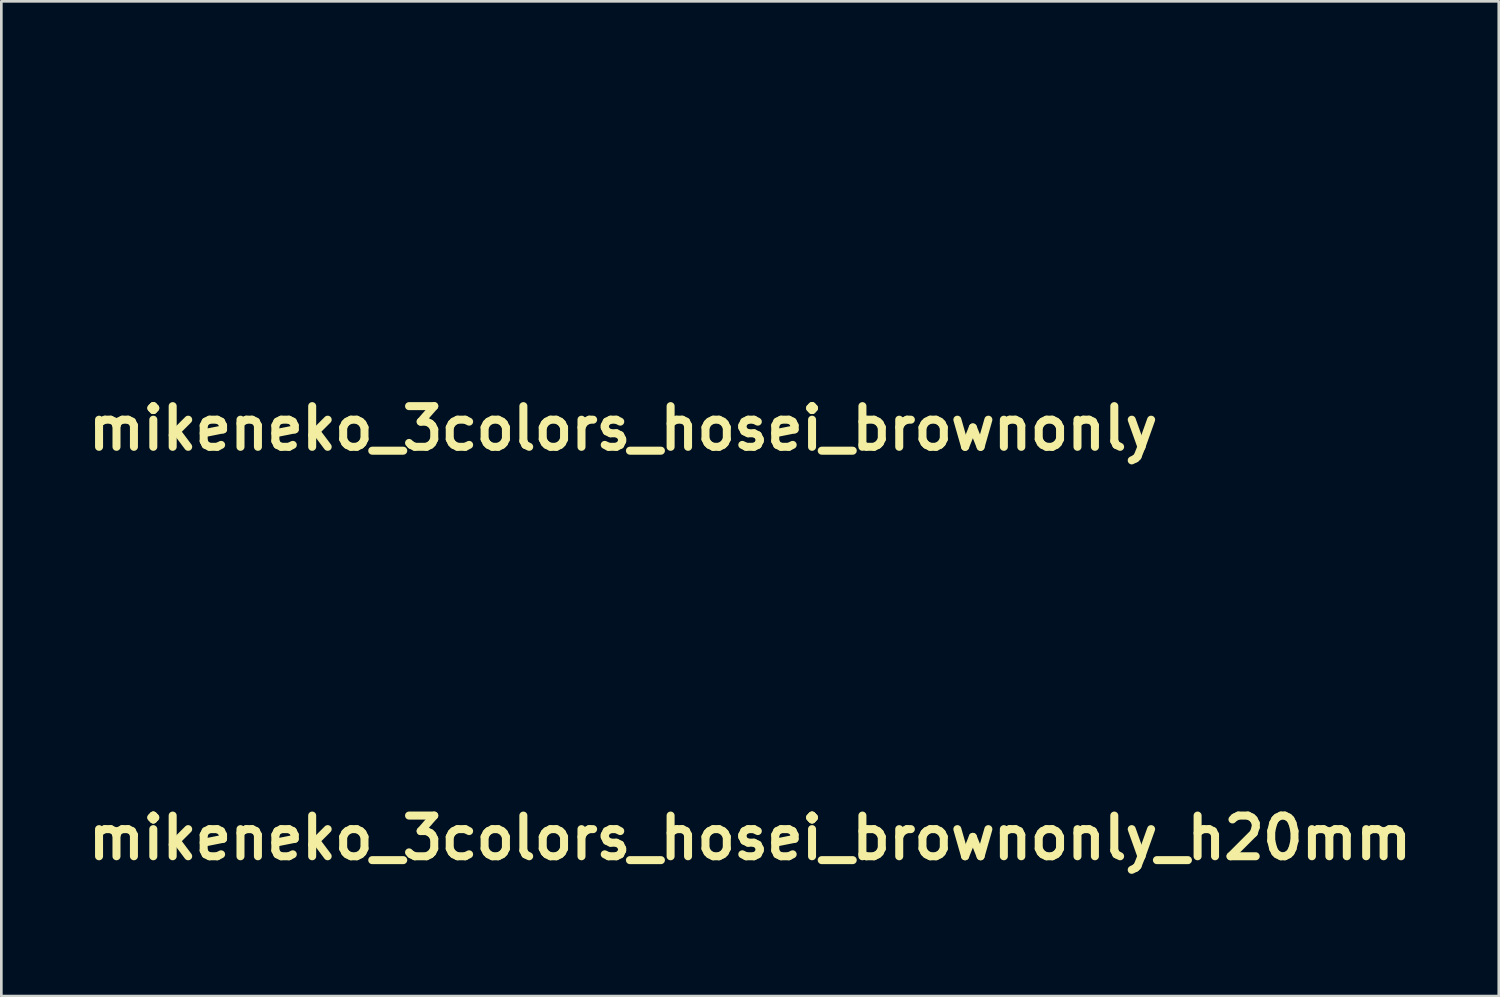
<source format=kicad_pcb>
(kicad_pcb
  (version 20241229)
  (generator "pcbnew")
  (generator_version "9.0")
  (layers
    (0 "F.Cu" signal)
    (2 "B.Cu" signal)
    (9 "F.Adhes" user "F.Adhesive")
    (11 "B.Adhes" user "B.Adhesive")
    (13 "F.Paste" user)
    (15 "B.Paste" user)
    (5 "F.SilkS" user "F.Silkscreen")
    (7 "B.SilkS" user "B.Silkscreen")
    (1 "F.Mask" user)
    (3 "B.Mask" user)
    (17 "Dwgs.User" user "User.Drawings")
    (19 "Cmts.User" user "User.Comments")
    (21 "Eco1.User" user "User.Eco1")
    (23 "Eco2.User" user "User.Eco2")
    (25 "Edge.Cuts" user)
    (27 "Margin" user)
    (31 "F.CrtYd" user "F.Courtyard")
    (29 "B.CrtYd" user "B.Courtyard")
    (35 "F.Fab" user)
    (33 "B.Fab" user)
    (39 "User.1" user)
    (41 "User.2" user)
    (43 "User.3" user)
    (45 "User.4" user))
  (footprint "mikeneko_3colors_hosei_brownonly_h20mm"
    (layer "F.Cu")
    (at 25.044 28.333)
    (property "Reference" "mikeneko_3colors_hosei_brownonly_h20mm" (at 0 0 0) (layer "F.SilkS") (effects (font (size 1.524 1.524) (thickness 0.3))))
    (attr board_only exclude_from_pos_files exclude_from_bom)
    (fp_poly (pts (xy -7.918 -2.385) (xy -7.729 -2.326) (xy -7.57 -2.211) (xy -7.536 -2.171) (xy -7.46 -2.017) (xy -7.458 -1.856) (xy -7.525 -1.705) (xy -7.656 -1.579) (xy -7.778 -1.515) (xy -7.991 -1.457) (xy -8.182 -1.467) (xy -8.294 -1.506) (xy -8.471 -1.618) (xy -8.581 -1.759) (xy -8.62 -1.919) (xy -8.582 -2.088) (xy -8.581 -2.09) (xy -8.467 -2.241) (xy -8.306 -2.341) (xy -8.117 -2.39)) (stroke (width 0) (type solid)) (fill yes) (layer "F.Mask"))
    (fp_poly (pts (xy -3.94 -2.37) (xy -3.78 -2.291) (xy -3.648 -2.178) (xy -3.56 -2.046) (xy -3.53 -1.909) (xy -3.539 -1.85) (xy -3.625 -1.696) (xy -3.769 -1.567) (xy -3.946 -1.479) (xy -4.125 -1.449) (xy -4.236 -1.467) (xy -4.371 -1.51) (xy -4.407 -1.526) (xy -4.575 -1.635) (xy -4.674 -1.771) (xy -4.709 -1.919) (xy -4.683 -2.067) (xy -4.602 -2.201) (xy -4.469 -2.31) (xy -4.289 -2.38) (xy -4.113 -2.399)) (stroke (width 0) (type solid)) (fill yes) (layer "F.Mask"))
    (fp_poly (pts (xy -1.331 -6.293) (xy -1.324 -6.202) (xy -1.324 -6.171) (xy -1.32 -6.096) (xy -1.31 -5.948) (xy -1.294 -5.737) (xy -1.273 -5.474) (xy -1.247 -5.168) (xy -1.218 -4.828) (xy -1.187 -4.466) (xy -1.178 -4.366) (xy -1.146 -4.006) (xy -1.118 -3.672) (xy -1.094 -3.373) (xy -1.074 -3.119) (xy -1.059 -2.917) (xy -1.051 -2.777) (xy -1.049 -2.707) (xy -1.05 -2.701) (xy -1.082 -2.721) (xy -1.144 -2.79) (xy -1.183 -2.841) (xy -1.355 -3.074) (xy -1.495 -3.256) (xy -1.619 -3.404) (xy -1.741 -3.537) (xy -1.877 -3.672) (xy -1.957 -3.748) (xy -2.17 -3.941) (xy -2.376 -4.108) (xy -2.594 -4.265) (xy -2.848 -4.426) (xy -3.114 -4.582) (xy -3.478 -4.79) (xy -2.845 -5.252) (xy -2.482 -5.517) (xy -2.18 -5.737) (xy -1.935 -5.915) (xy -1.74 -6.056) (xy -1.591 -6.163) (xy -1.482 -6.24) (xy -1.408 -6.291) (xy -1.365 -6.319) (xy -1.345 -6.329) (xy -1.344 -6.329)) (stroke (width 0) (type solid)) (fill yes) (layer "F.Mask"))
    (fp_poly (pts (xy 7.763 -0.222) (xy 7.911 -0.152) (xy 8.082 -0.05) (xy 8.256 0.074) (xy 8.401 0.195) (xy 8.638 0.461) (xy 8.805 0.747) (xy 8.898 1.045) (xy 8.917 1.347) (xy 8.858 1.643) (xy 8.799 1.786) (xy 8.612 2.078) (xy 8.353 2.34) (xy 8.032 2.567) (xy 7.655 2.752) (xy 7.488 2.814) (xy 7.25 2.872) (xy 6.96 2.909) (xy 6.646 2.925) (xy 6.336 2.918) (xy 6.058 2.888) (xy 5.978 2.872) (xy 5.608 2.759) (xy 5.256 2.59) (xy 4.938 2.377) (xy 4.672 2.131) (xy 4.526 1.944) (xy 4.476 1.85) (xy 4.423 1.717) (xy 4.373 1.57) (xy 4.333 1.429) (xy 4.311 1.318) (xy 4.312 1.259) (xy 4.314 1.257) (xy 4.361 1.258) (xy 4.448 1.286) (xy 4.452 1.288) (xy 4.543 1.308) (xy 4.701 1.324) (xy 4.908 1.335) (xy 5.13 1.34) (xy 5.43 1.336) (xy 5.675 1.318) (xy 5.89 1.278) (xy 6.102 1.211) (xy 6.336 1.111) (xy 6.533 1.015) (xy 6.858 0.821) (xy 7.116 0.593) (xy 7.321 0.317) (xy 7.448 0.072) (xy 7.532 -0.099) (xy 7.603 -0.209) (xy 7.655 -0.248) (xy 7.655 -0.248)) (stroke (width 0) (type solid)) (fill yes) (layer "F.Mask")))
  (footprint "mikeneko_3colors_hosei_brownonly"
    (layer "F.Cu")
    (at 20.291 12.997)
    (property "Reference" "mikeneko_3colors_hosei_brownonly" (at 0 0 0) (layer "F.SilkS") (effects (font (size 1.524 1.524) (thickness 0.3))))
    (attr board_only exclude_from_pos_files exclude_from_bom)
    (fp_poly (pts (xy -16.26 -4.898) (xy -15.873 -4.777) (xy -15.545 -4.539) (xy -15.475 -4.459) (xy -15.318 -4.141) (xy -15.315 -3.812) (xy -15.453 -3.502) (xy -15.722 -3.242) (xy -15.971 -3.11) (xy -16.409 -2.991) (xy -16.802 -3.014) (xy -17.032 -3.093) (xy -17.395 -3.322) (xy -17.622 -3.612) (xy -17.702 -3.941) (xy -17.623 -4.287) (xy -17.62 -4.292) (xy -17.388 -4.601) (xy -17.057 -4.808) (xy -16.668 -4.908)) (stroke (width 0) (type solid)) (fill yes) (layer "F.Mask"))
    (fp_poly (pts (xy -8.092 -4.867) (xy -7.763 -4.705) (xy -7.492 -4.473) (xy -7.31 -4.201) (xy -7.248 -3.919) (xy -7.268 -3.799) (xy -7.444 -3.484) (xy -7.739 -3.218) (xy -8.103 -3.037) (xy -8.471 -2.975) (xy -8.699 -3.012) (xy -8.976 -3.101) (xy -9.051 -3.133) (xy -9.395 -3.358) (xy -9.599 -3.636) (xy -9.67 -3.94) (xy -9.617 -4.244) (xy -9.45 -4.521) (xy -9.178 -4.744) (xy -8.808 -4.888) (xy -8.446 -4.927)) (stroke (width 0) (type solid)) (fill yes) (layer "F.Mask"))
    (fp_poly (pts (xy -2.734 -12.922) (xy -2.719 -12.735) (xy -2.718 -12.673) (xy -2.711 -12.518) (xy -2.69 -12.214) (xy -2.657 -11.782) (xy -2.613 -11.241) (xy -2.561 -10.612) (xy -2.502 -9.915) (xy -2.437 -9.171) (xy -2.419 -8.966) (xy -2.354 -8.226) (xy -2.296 -7.541) (xy -2.246 -6.927) (xy -2.205 -6.404) (xy -2.175 -5.99) (xy -2.158 -5.702) (xy -2.153 -5.559) (xy -2.155 -5.547) (xy -2.221 -5.587) (xy -2.348 -5.73) (xy -2.429 -5.835) (xy -2.782 -6.312) (xy -3.071 -6.686) (xy -3.325 -6.991) (xy -3.576 -7.264) (xy -3.854 -7.541) (xy -4.019 -7.697) (xy -4.457 -8.094) (xy -4.879 -8.436) (xy -5.328 -8.757) (xy -5.848 -9.088) (xy -6.395 -9.41) (xy -7.142 -9.837) (xy -5.843 -10.785) (xy -5.097 -11.329) (xy -4.478 -11.78) (xy -3.973 -12.147) (xy -3.573 -12.436) (xy -3.267 -12.656) (xy -3.044 -12.814) (xy -2.892 -12.919) (xy -2.802 -12.977) (xy -2.762 -12.997) (xy -2.76 -12.997)) (stroke (width 0) (type solid)) (fill yes) (layer "F.Mask"))
    (fp_poly (pts (xy 15.941 -0.456) (xy 16.246 -0.313) (xy 16.597 -0.102) (xy 16.953 0.151) (xy 17.251 0.401) (xy 17.738 0.946) (xy 18.081 1.534) (xy 18.273 2.146) (xy 18.311 2.766) (xy 18.19 3.374) (xy 18.069 3.668) (xy 17.685 4.267) (xy 17.154 4.806) (xy 16.493 5.272) (xy 15.72 5.651) (xy 15.376 5.778) (xy 14.888 5.897) (xy 14.293 5.974) (xy 13.648 6.007) (xy 13.011 5.993) (xy 12.439 5.93) (xy 12.275 5.898) (xy 11.516 5.666) (xy 10.793 5.319) (xy 10.14 4.882) (xy 9.594 4.376) (xy 9.294 3.993) (xy 9.192 3.798) (xy 9.083 3.526) (xy 8.98 3.223) (xy 8.899 2.934) (xy 8.852 2.706) (xy 8.855 2.585) (xy 8.859 2.581) (xy 8.955 2.584) (xy 9.134 2.641) (xy 9.142 2.644) (xy 9.33 2.686) (xy 9.654 2.719) (xy 10.078 2.742) (xy 10.534 2.752) (xy 11.151 2.745) (xy 11.654 2.706) (xy 12.096 2.625) (xy 12.53 2.487) (xy 13.011 2.281) (xy 13.416 2.084) (xy 14.082 1.686) (xy 14.612 1.218) (xy 15.033 0.652) (xy 15.294 0.149) (xy 15.467 -0.203) (xy 15.613 -0.429) (xy 15.719 -0.51) (xy 15.72 -0.51)) (stroke (width 0) (type solid)) (fill yes) (layer "F.Mask")))
  (gr_rect
    (start -3 -3)
    (end 53.089 34.259)
    (stroke (width 0.1) (type default))
    (fill no)
    (layer "Edge.Cuts")))
</source>
